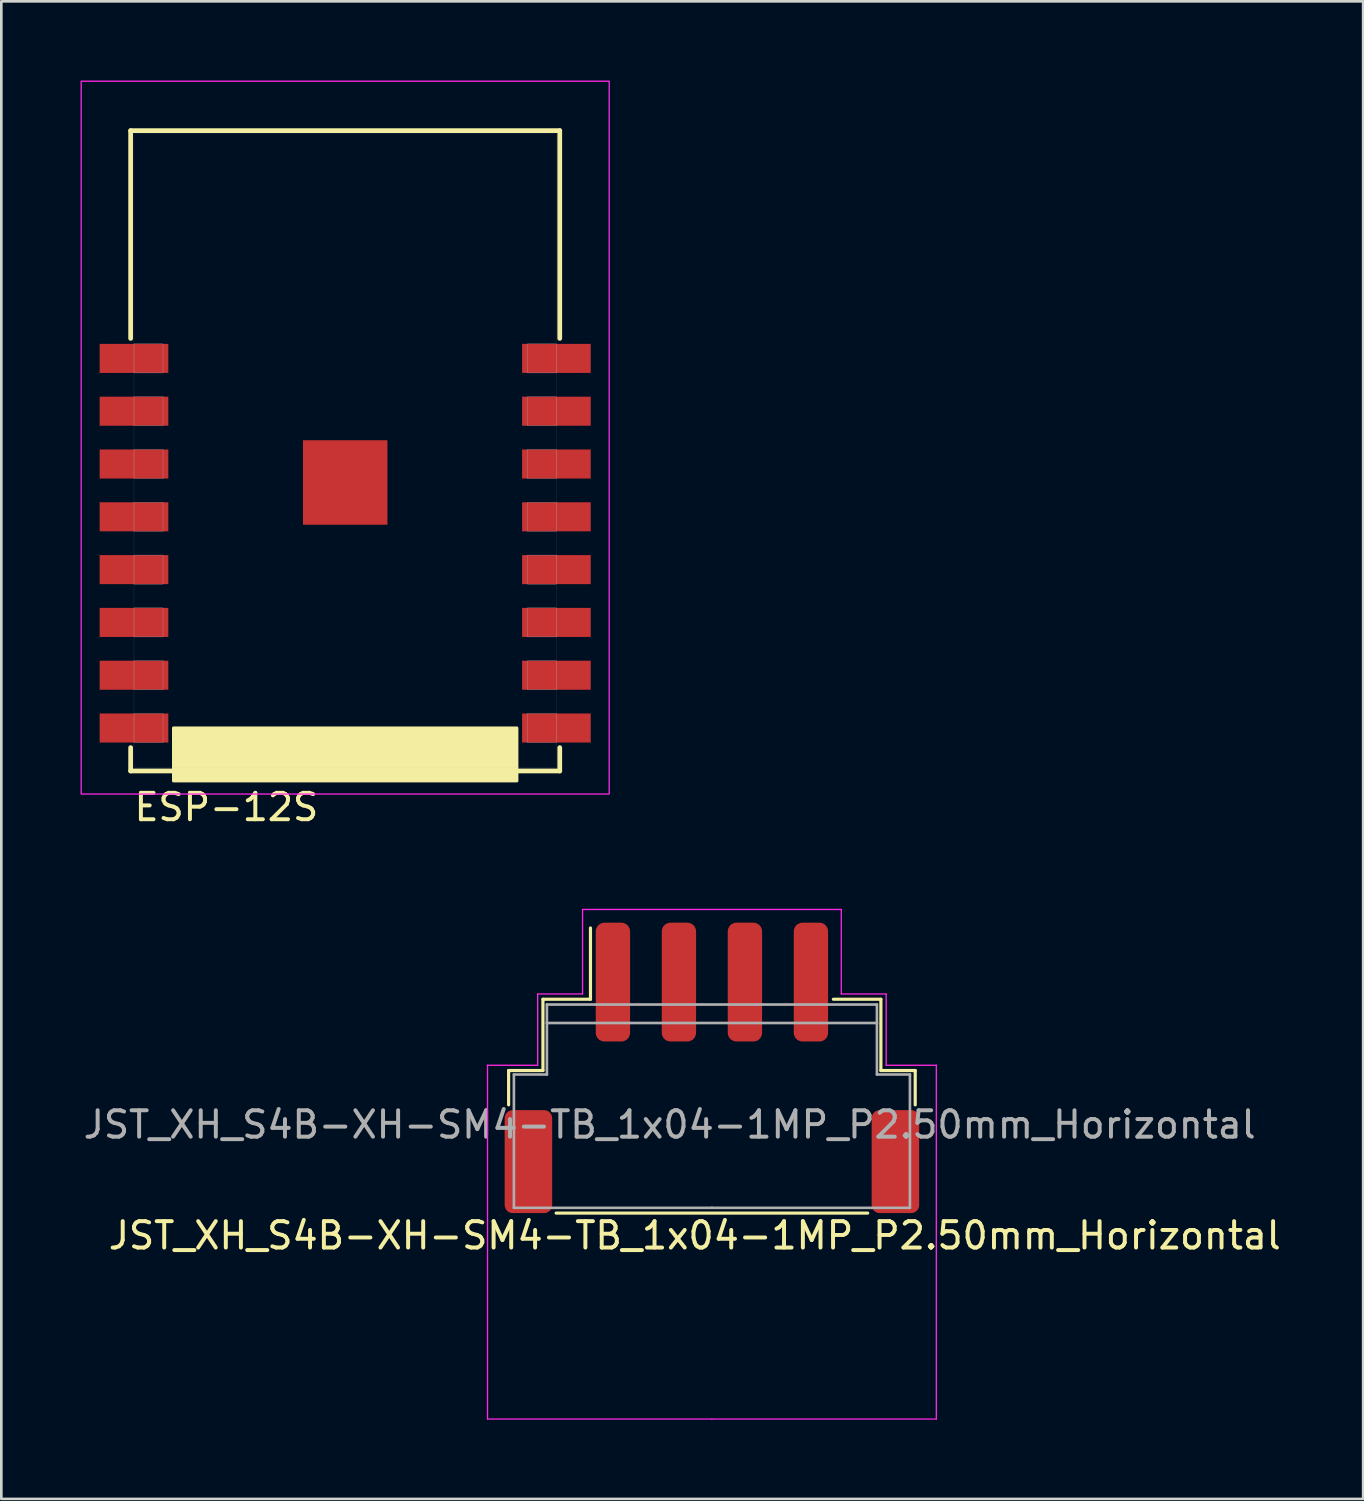
<source format=kicad_pcb>
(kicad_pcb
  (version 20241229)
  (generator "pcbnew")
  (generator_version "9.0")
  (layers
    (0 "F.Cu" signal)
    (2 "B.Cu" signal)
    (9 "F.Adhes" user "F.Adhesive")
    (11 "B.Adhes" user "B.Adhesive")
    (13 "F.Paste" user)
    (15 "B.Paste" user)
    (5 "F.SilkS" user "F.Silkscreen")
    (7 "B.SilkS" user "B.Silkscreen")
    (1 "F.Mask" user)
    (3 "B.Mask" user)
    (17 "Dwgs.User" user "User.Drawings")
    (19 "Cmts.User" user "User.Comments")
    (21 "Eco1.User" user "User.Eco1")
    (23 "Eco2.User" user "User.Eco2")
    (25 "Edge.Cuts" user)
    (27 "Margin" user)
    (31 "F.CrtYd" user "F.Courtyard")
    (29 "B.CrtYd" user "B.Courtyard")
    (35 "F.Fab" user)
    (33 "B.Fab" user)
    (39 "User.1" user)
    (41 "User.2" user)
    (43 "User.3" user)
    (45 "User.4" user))
  (footprint "ESP-12S"
    (layer "F.Cu")
    (at 10.025 14.025)
    (property "Reference" "ESP-12S" (at -4.5 13.5 0) (layer "F.SilkS") (effects (font (size 1 1) (thickness 0.15))))
    (attr smd)
    (fp_line (start -8.127 -12.127) (end 8.127 -12.127) (stroke (width 0.178) (type solid)) (layer "F.SilkS"))
    (fp_line (start -8.127 -4.256) (end -8.127 -12.127) (stroke (width 0.178) (type solid)) (layer "F.SilkS"))
    (fp_line (start -8.127 12.127) (end -8.127 11.241) (stroke (width 0.178) (type solid)) (layer "F.SilkS"))
    (fp_line (start 8.127 -12.127) (end 8.127 -4.256) (stroke (width 0.178) (type solid)) (layer "F.SilkS"))
    (fp_line (start 8.127 11.241) (end 8.127 12.127) (stroke (width 0.178) (type solid)) (layer "F.SilkS"))
    (fp_line (start 8.127 12.127) (end -8.127 12.127) (stroke (width 0.178) (type solid)) (layer "F.SilkS"))
    (fp_rect (start -6.5 10.5) (end 6.5 12.5) (stroke (width 0.12) (type solid)) (fill yes) (layer "F.SilkS"))
    (fp_rect (start -10 -14) (end 10 13) (stroke (width 0.05) (type solid)) (fill no) (layer "F.CrtYd"))
    (fp_line (start -8 -12) (end 8 -12) (stroke (width 0.003) (type solid)) (layer "F.Fab"))
    (fp_line (start -8 12) (end -8 -12) (stroke (width 0.003) (type solid)) (layer "F.Fab"))
    (fp_line (start 8 -12) (end 8 12) (stroke (width 0.003) (type solid)) (layer "F.Fab"))
    (fp_line (start 8 12) (end -8 12) (stroke (width 0.003) (type solid)) (layer "F.Fab"))
    (fp_poly (pts (xy -8 -4.05) (xy -6.9 -4.05) (xy -6.9 -2.95) (xy -8 -2.95)) (stroke (width 0.01) (type solid)) (fill no) (layer "F.Fab"))
    (fp_poly (pts (xy -8 -2.05) (xy -6.9 -2.05) (xy -6.9 -0.95) (xy -8 -0.95)) (stroke (width 0.01) (type solid)) (fill no) (layer "F.Fab"))
    (fp_poly (pts (xy -8 -0.05) (xy -6.9 -0.05) (xy -6.9 1.05) (xy -8 1.05)) (stroke (width 0.01) (type solid)) (fill no) (layer "F.Fab"))
    (fp_poly (pts (xy -8 1.95) (xy -6.9 1.95) (xy -6.9 3.05) (xy -8 3.05)) (stroke (width 0.01) (type solid)) (fill no) (layer "F.Fab"))
    (fp_poly (pts (xy -8 3.95) (xy -6.9 3.95) (xy -6.9 5.05) (xy -8 5.05)) (stroke (width 0.01) (type solid)) (fill no) (layer "F.Fab"))
    (fp_poly (pts (xy -8 5.95) (xy -6.9 5.95) (xy -6.9 7.05) (xy -8 7.05)) (stroke (width 0.01) (type solid)) (fill no) (layer "F.Fab"))
    (fp_poly (pts (xy -8 7.95) (xy -6.9 7.95) (xy -6.9 9.05) (xy -8 9.05)) (stroke (width 0.01) (type solid)) (fill no) (layer "F.Fab"))
    (fp_poly (pts (xy -8 9.95) (xy -6.9 9.95) (xy -6.9 11.05) (xy -8 11.05)) (stroke (width 0.01) (type solid)) (fill no) (layer "F.Fab"))
    (fp_poly (pts (xy 6.9 -4.05) (xy 8 -4.05) (xy 8 -2.95) (xy 6.9 -2.95)) (stroke (width 0.01) (type solid)) (fill no) (layer "F.Fab"))
    (fp_poly (pts (xy 6.9 -2.05) (xy 8 -2.05) (xy 8 -0.95) (xy 6.9 -0.95)) (stroke (width 0.01) (type solid)) (fill no) (layer "F.Fab"))
    (fp_poly (pts (xy 6.9 -0.05) (xy 8 -0.05) (xy 8 1.05) (xy 6.9 1.05)) (stroke (width 0.01) (type solid)) (fill no) (layer "F.Fab"))
    (fp_poly (pts (xy 6.9 1.95) (xy 8 1.95) (xy 8 3.05) (xy 6.9 3.05)) (stroke (width 0.01) (type solid)) (fill no) (layer "F.Fab"))
    (fp_poly (pts (xy 6.9 3.95) (xy 8 3.95) (xy 8 5.05) (xy 6.9 5.05)) (stroke (width 0.01) (type solid)) (fill no) (layer "F.Fab"))
    (fp_poly (pts (xy 6.9 5.95) (xy 8 5.95) (xy 8 7.05) (xy 6.9 7.05)) (stroke (width 0.01) (type solid)) (fill no) (layer "F.Fab"))
    (fp_poly (pts (xy 6.9 7.95) (xy 8 7.95) (xy 8 9.05) (xy 6.9 9.05)) (stroke (width 0.01) (type solid)) (fill no) (layer "F.Fab"))
    (fp_poly (pts (xy 6.9 9.95) (xy 8 9.95) (xy 8 11.05) (xy 6.9 11.05)) (stroke (width 0.01) (type solid)) (fill no) (layer "F.Fab"))
    (pad "1" smd rect (at -8 -3.5) (size 2.6 1.1) (layers "F.Cu" "F.Mask" "F.Paste"))
    (pad "2" smd rect (at -8 -1.5) (size 2.6 1.1) (layers "F.Cu" "F.Mask" "F.Paste"))
    (pad "3" smd rect (at -8 0.5) (size 2.6 1.1) (layers "F.Cu" "F.Mask" "F.Paste"))
    (pad "4" smd rect (at -8 2.5) (size 2.6 1.1) (layers "F.Cu" "F.Mask" "F.Paste"))
    (pad "5" smd rect (at -8 4.5) (size 2.6 1.1) (layers "F.Cu" "F.Mask" "F.Paste"))
    (pad "6" smd rect (at -8 6.5) (size 2.6 1.1) (layers "F.Cu" "F.Mask" "F.Paste"))
    (pad "7" smd rect (at -8 8.5) (size 2.6 1.1) (layers "F.Cu" "F.Mask" "F.Paste"))
    (pad "8" smd rect (at -8 10.5) (size 2.6 1.1) (layers "F.Cu" "F.Mask" "F.Paste"))
    (pad "9" smd rect (at 8 10.5 180) (size 2.6 1.1) (layers "F.Cu" "F.Mask" "F.Paste"))
    (pad "10" smd rect (at 8 8.5 180) (size 2.6 1.1) (layers "F.Cu" "F.Mask" "F.Paste"))
    (pad "11" smd rect (at 8 6.5 180) (size 2.6 1.1) (layers "F.Cu" "F.Mask" "F.Paste"))
    (pad "12" smd rect (at 8 4.5 180) (size 2.6 1.1) (layers "F.Cu" "F.Mask" "F.Paste"))
    (pad "13" smd rect (at 8 2.5 180) (size 2.6 1.1) (layers "F.Cu" "F.Mask" "F.Paste"))
    (pad "14" smd rect (at 8 0.5 180) (size 2.6 1.1) (layers "F.Cu" "F.Mask" "F.Paste"))
    (pad "15" smd rect (at 8 -1.5 180) (size 2.6 1.1) (layers "F.Cu" "F.Mask" "F.Paste"))
    (pad "16" smd rect (at 8 -3.5 180) (size 2.6 1.1) (layers "F.Cu" "F.Mask" "F.Paste"))
    (pad "P$1" smd rect (at 0 1.2) (size 3.2 3.2) (layers "F.Cu"))
    (zone (net_name "") (layer "F.Cu") (hatch full 0.508) (connect_pads) (min_thickness 0.003) (filled_areas_thickness no) (keepout (tracks not_allowed) (vias not_allowed) (pads not_allowed) (copperpour not_allowed) (footprints allowed)) (placement (enabled no)) (fill) (polygon (pts (xy 2.025 9.025) (xy 18.025 9.025) (xy 18.025 2.025) (xy 2.025 2.025))))
    (zone (net_name "") (layer "B.Cu") (hatch full 0.508) (connect_pads) (min_thickness 0.003) (filled_areas_thickness no) (keepout (tracks not_allowed) (vias not_allowed) (pads not_allowed) (copperpour not_allowed) (footprints allowed)) (placement (enabled no)) (fill) (polygon (pts (xy 18.025 9.025) (xy 2.025 9.025) (xy 2.025 2.025) (xy 18.025 2.025)))))
  (footprint "JST_XH_S4B-XH-SM4-TB_1x04-1MP_P2.50mm_Horizontal"
    (layer "F.Cu")
    (at 20.165 34.148)
    (property "Reference" "JST_XH_S4B-XH-SM4-TB_1x04-1MP_P2.50mm_Horizontal" (at 3.1 9.6 0) (layer "F.SilkS") (effects (font (size 1 1) (thickness 0.15))))
    (attr smd)
    (fp_line (start -3.95 3.35) (end -2.65 3.35) (stroke (width 0.12) (type solid)) (layer "F.SilkS"))
    (fp_line (start -3.95 4.65) (end -3.95 3.35) (stroke (width 0.12) (type solid)) (layer "F.SilkS"))
    (fp_line (start -2.65 0.65) (end -0.85 0.65) (stroke (width 0.12) (type solid)) (layer "F.SilkS"))
    (fp_line (start -2.65 3.35) (end -2.65 0.65) (stroke (width 0.12) (type solid)) (layer "F.SilkS"))
    (fp_line (start -2.15 8.75) (end 9.65 8.75) (stroke (width 0.12) (type solid)) (layer "F.SilkS"))
    (fp_line (start -0.85 0.65) (end -0.85 -2.05) (stroke (width 0.12) (type solid)) (layer "F.SilkS"))
    (fp_line (start 10.15 0.65) (end 8.35 0.65) (stroke (width 0.12) (type solid)) (layer "F.SilkS"))
    (fp_line (start 10.15 3.35) (end 10.15 0.65) (stroke (width 0.12) (type solid)) (layer "F.SilkS"))
    (fp_line (start 11.45 3.35) (end 10.15 3.35) (stroke (width 0.12) (type solid)) (layer "F.SilkS"))
    (fp_line (start 11.45 4.65) (end 11.45 3.35) (stroke (width 0.12) (type solid)) (layer "F.SilkS"))
    (fp_line (start -4.75 3.15) (end -2.85 3.15) (stroke (width 0.05) (type solid)) (layer "F.CrtYd"))
    (fp_line (start -4.75 16.55) (end -4.75 3.15) (stroke (width 0.05) (type solid)) (layer "F.CrtYd"))
    (fp_line (start -2.85 0.45) (end -1.15 0.45) (stroke (width 0.05) (type solid)) (layer "F.CrtYd"))
    (fp_line (start -2.85 3.15) (end -2.85 0.45) (stroke (width 0.05) (type solid)) (layer "F.CrtYd"))
    (fp_line (start -1.15 -2.75) (end 8.65 -2.75) (stroke (width 0.05) (type solid)) (layer "F.CrtYd"))
    (fp_line (start -1.15 0.45) (end -1.15 -2.75) (stroke (width 0.05) (type solid)) (layer "F.CrtYd"))
    (fp_line (start 3.75 16.55) (end -4.75 16.55) (stroke (width 0.05) (type solid)) (layer "F.CrtYd"))
    (fp_line (start 8.65 -2.75) (end 8.65 0.45) (stroke (width 0.05) (type solid)) (layer "F.CrtYd"))
    (fp_line (start 8.65 0.45) (end 10.35 0.45) (stroke (width 0.05) (type solid)) (layer "F.CrtYd"))
    (fp_line (start 10.35 0.45) (end 10.35 3.15) (stroke (width 0.05) (type solid)) (layer "F.CrtYd"))
    (fp_line (start 10.35 3.15) (end 12.25 3.15) (stroke (width 0.05) (type solid)) (layer "F.CrtYd"))
    (fp_line (start 12.25 3.15) (end 12.25 16.55) (stroke (width 0.05) (type solid)) (layer "F.CrtYd"))
    (fp_line (start 12.25 16.55) (end 3.75 16.55) (stroke (width 0.05) (type solid)) (layer "F.CrtYd"))
    (fp_line (start -3.75 3.5) (end -2.5 3.5) (stroke (width 0.1) (type solid)) (layer "F.Fab"))
    (fp_line (start -3.75 8.55) (end -3.75 3.5) (stroke (width 0.1) (type solid)) (layer "F.Fab"))
    (fp_line (start -2.5 1.55) (end -2.5 0.85) (stroke (width 0.1) (type solid)) (layer "F.Fab"))
    (fp_line (start -2.5 1.55) (end 10 1.55) (stroke (width 0.1) (type solid)) (layer "F.Fab"))
    (fp_line (start -2.5 3.5) (end -2.5 1.55) (stroke (width 0.1) (type solid)) (layer "F.Fab"))
    (fp_line (start 3.75 8.55) (end -3.75 8.55) (stroke (width 0.1) (type solid)) (layer "F.Fab"))
    (fp_line (start 10 0.85) (end -2.5 0.85) (stroke (width 0.1) (type solid)) (layer "F.Fab"))
    (fp_line (start 10 1.55) (end 10 0.85) (stroke (width 0.1) (type solid)) (layer "F.Fab"))
    (fp_line (start 10 3.5) (end 10 1.55) (stroke (width 0.1) (type solid)) (layer "F.Fab"))
    (fp_line (start 10 3.5) (end 11.25 3.5) (stroke (width 0.1) (type solid)) (layer "F.Fab"))
    (fp_line (start 11.25 8.55) (end 3.75 8.55) (stroke (width 0.1) (type solid)) (layer "F.Fab"))
    (fp_line (start 11.25 8.55) (end 11.25 3.5) (stroke (width 0.1) (type solid)) (layer "F.Fab"))
    (fp_text user "${REFERENCE}" (at 2.15 5.4 0) (layer "F.Fab") (effects (font (size 1 1) (thickness 0.15))))
    (pad "1" smd roundrect (at 0 0) (size 1.3 4.5) (layers "F.Cu" "F.Mask" "F.Paste") (roundrect_rratio 0.25))
    (pad "2" smd roundrect (at 2.5 0) (size 1.3 4.5) (layers "F.Cu" "F.Mask" "F.Paste") (roundrect_rratio 0.25))
    (pad "3" smd roundrect (at 5 0) (size 1.3 4.5) (layers "F.Cu" "F.Mask" "F.Paste") (roundrect_rratio 0.25))
    (pad "4" smd roundrect (at 7.5 0) (size 1.3 4.5) (layers "F.Cu" "F.Mask" "F.Paste") (roundrect_rratio 0.25))
    (pad "MP" smd roundrect (at -3.2 6.8) (size 1.8 3.9) (layers "F.Cu" "F.Mask" "F.Paste") (roundrect_rratio 0.167))
    (pad "MP" smd roundrect (at 10.7 6.8) (size 1.8 3.9) (layers "F.Cu" "F.Mask" "F.Paste") (roundrect_rratio 0.167)))
  (gr_rect
    (start -3 -3)
    (end 48.581 53.723)
    (stroke (width 0.1) (type default))
    (fill no)
    (layer "Edge.Cuts")))
</source>
